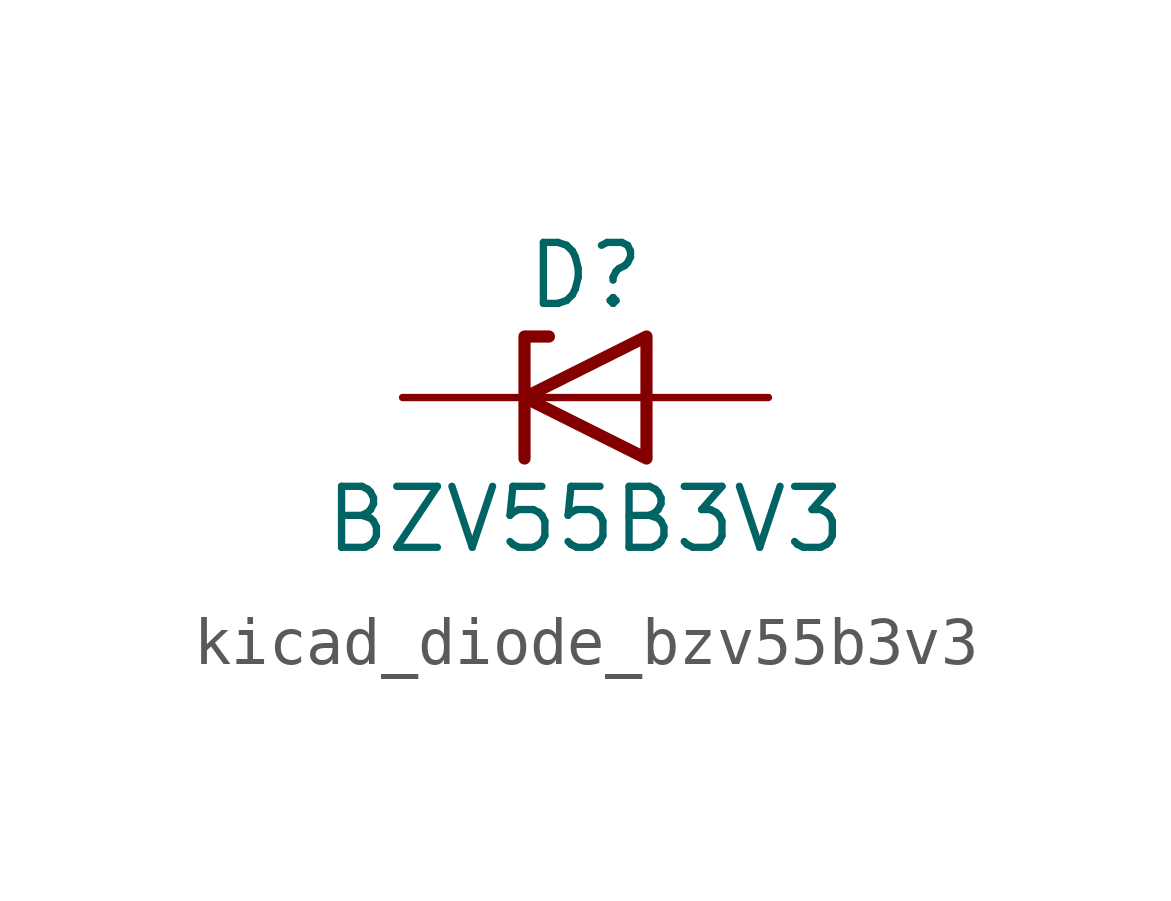
<source format=kicad_sym>
(kicad_symbol_lib
  (version 20220914)
  (generator kicad_symbol_editor)
  (symbol "kicad_diode_bzv55b3v3"
    (pin_numbers hide)
    (pin_names hide)
    (property "Reference" "D"
      (at 0 2.54 0)
      (effects (font (size 1.27 1.27))))
    (property "Value" "BZV55B3V3"
      (at 0 -2.54 0)
      (effects (font (size 1.27 1.27))))
    (symbol "kicad_diode_bzv55b3v3_0_1"
      (polyline (pts (xy 1.27 0) (xy -1.27 0)) (stroke (width 0) (type default)) (fill (type none)))
      (polyline (pts (xy -1.27 -1.27) (xy -1.27 1.27) (xy -0.762 1.27)) (stroke (width 0.254) (type default)) (fill (type none)))
      (polyline (pts (xy 1.27 -1.27) (xy 1.27 1.27) (xy -1.27 0) (xy 1.27 -1.27)) (stroke (width 0.254) (type default)) (fill (type none))))
    (symbol "kicad_diode_bzv55b3v3_1_1"
      (pin passive line (at -3.81 0 0) (length 2.54) (name "K" (effects (font (size 1.27 1.27)))) (number "1" (effects (font (size 1.27 1.27)))))
      (pin passive line (at 3.81 0 180) (length 2.54) (name "A" (effects (font (size 1.27 1.27)))) (number "2" (effects (font (size 1.27 1.27))))))))
</source>
